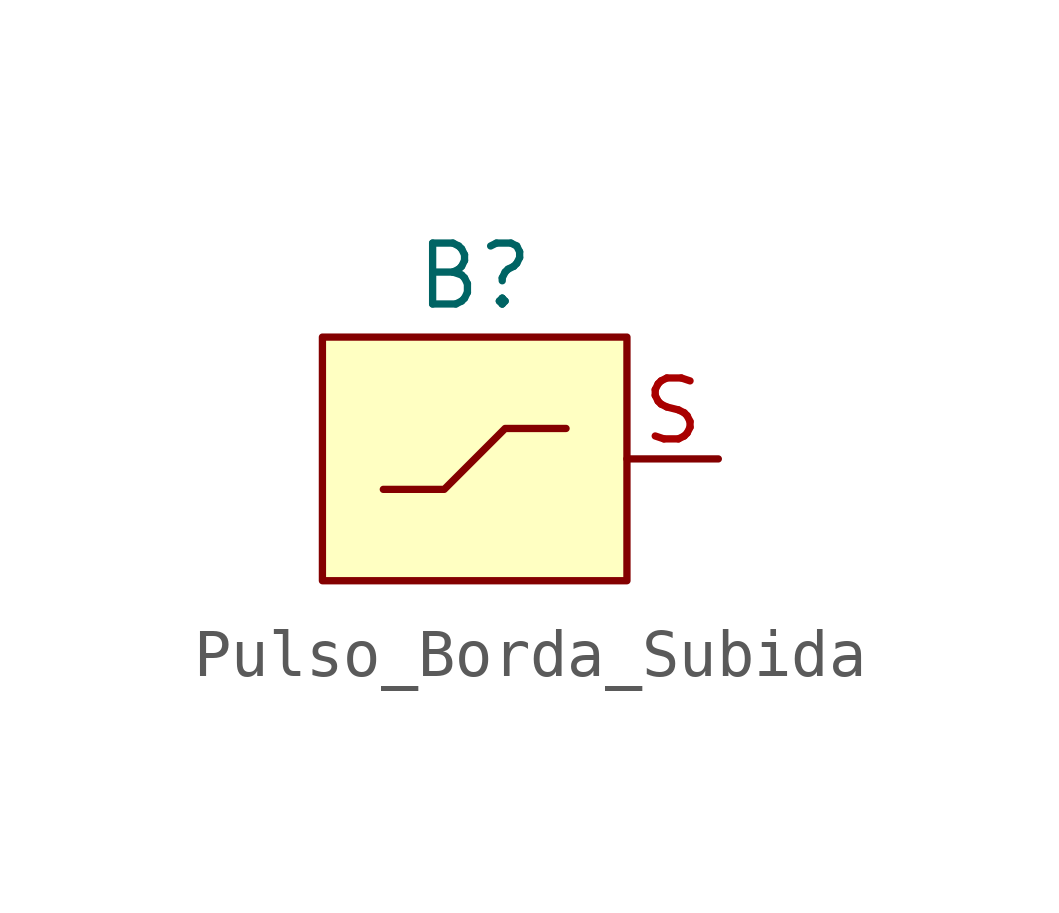
<source format=kicad_sym>
(kicad_symbol_lib
  (version 20211014)
  (generator kicad_symbol_editor)
  (symbol "Pulso_Borda_Subida"
    (pin_names
      (offset 1.016))
    (property "Reference" "B"
      (at 0 3.81 0)
      (effects (font (size 1.27 1.27))))
    (symbol "Pulso_Borda_Subida_0_1"
      (polyline (pts (xy -1.905 -0.635) (xy -0.635 -0.635) (xy 0.635 0.635) (xy 1.905 0.635)) (stroke (width 0) (type default) (color 0 0 0 0)) (fill (type none)))
      (polyline (pts (xy -3.175 2.54) (xy -3.175 -2.54) (xy 3.175 -2.54) (xy 3.175 2.54) (xy -3.175 2.54)) (stroke (width 0) (type default) (color 0 0 0 0)) (fill (type background))))
    (symbol "Pulso_Borda_Subida_1_1"
      (pin output line (at 5.08 0 180) (length 1.905) (name "~" (effects (font (size 1.27 1.27)))) (number "S" (effects (font (size 1.27 1.27))))))))
</source>
